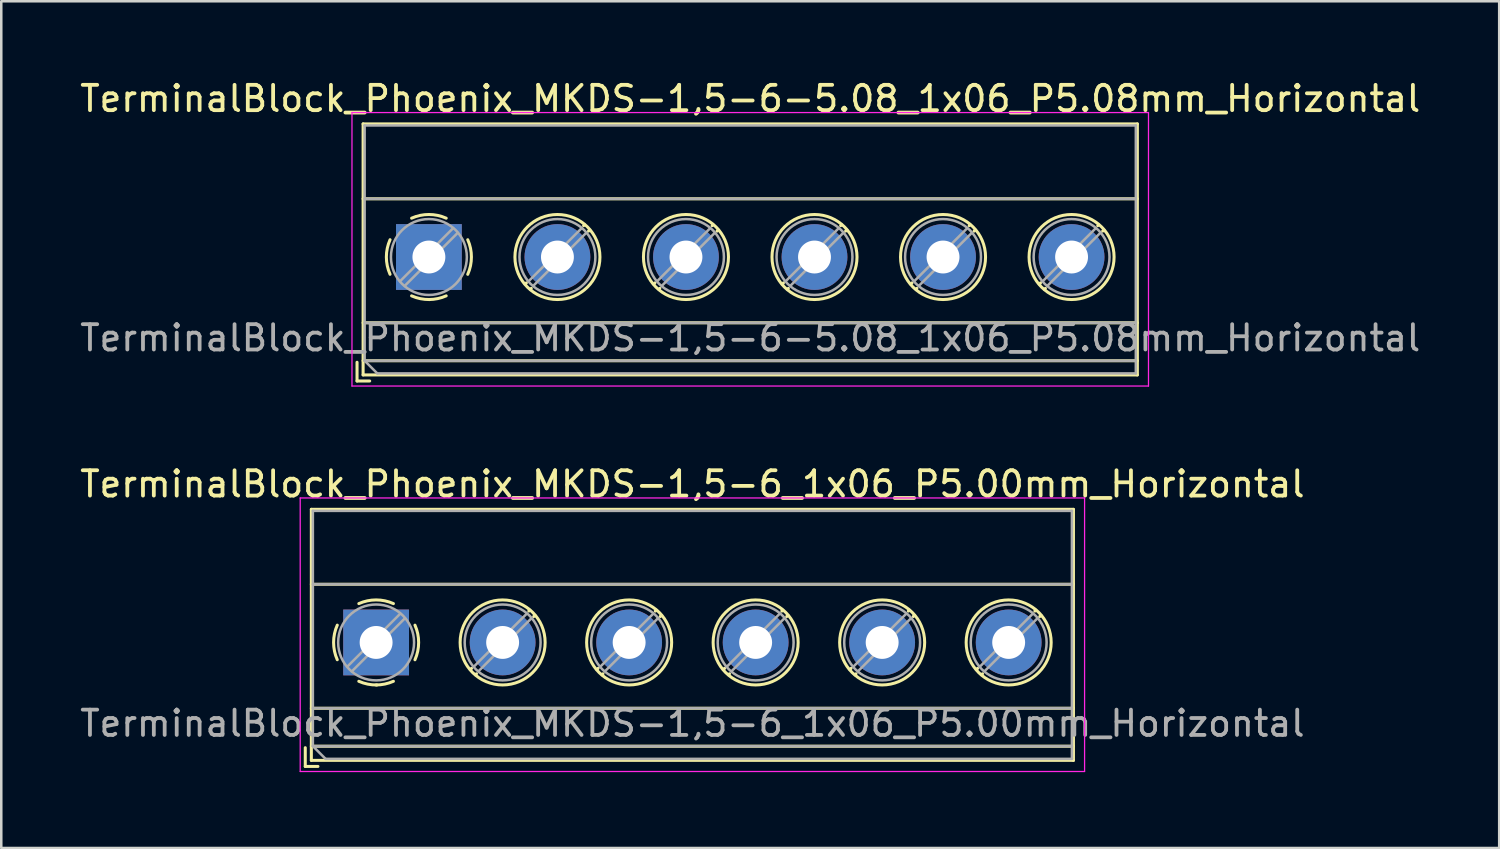
<source format=kicad_pcb>
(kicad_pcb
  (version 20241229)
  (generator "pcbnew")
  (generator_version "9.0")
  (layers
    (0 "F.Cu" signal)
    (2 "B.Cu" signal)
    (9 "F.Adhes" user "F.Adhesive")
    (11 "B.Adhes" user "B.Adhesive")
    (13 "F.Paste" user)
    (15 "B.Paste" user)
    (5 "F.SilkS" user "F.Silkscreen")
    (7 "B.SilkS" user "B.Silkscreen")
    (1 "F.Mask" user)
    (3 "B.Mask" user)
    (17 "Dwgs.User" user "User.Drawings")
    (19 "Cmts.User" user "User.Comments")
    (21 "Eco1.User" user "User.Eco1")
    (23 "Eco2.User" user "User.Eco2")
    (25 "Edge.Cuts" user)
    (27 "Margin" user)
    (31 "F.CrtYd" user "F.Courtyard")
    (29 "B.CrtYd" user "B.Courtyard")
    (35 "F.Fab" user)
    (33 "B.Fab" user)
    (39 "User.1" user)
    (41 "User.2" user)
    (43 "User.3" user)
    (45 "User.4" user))
  (footprint "TerminalBlock_Phoenix_MKDS-1,5-6-5.08_1x06_P5.08mm_Horizontal"
    (layer "F.Cu")
    (at 13.901 7.108)
    (property "Reference" "TerminalBlock_Phoenix_MKDS-1,5-6-5.08_1x06_P5.08mm_Horizontal" (at 12.7 -6.26 0) (layer "F.SilkS") (effects (font (size 1 1) (thickness 0.15))))
    (attr through_hole)
    (fp_line (start -2.84 4.16) (end -2.84 4.9) (stroke (width 0.12) (type solid)) (layer "F.SilkS"))
    (fp_line (start -2.84 4.9) (end -2.34 4.9) (stroke (width 0.12) (type solid)) (layer "F.SilkS"))
    (fp_line (start -2.6 -5.261) (end -2.6 4.66) (stroke (width 0.12) (type solid)) (layer "F.SilkS"))
    (fp_line (start -2.6 -5.261) (end 28 -5.261) (stroke (width 0.12) (type solid)) (layer "F.SilkS"))
    (fp_line (start -2.6 -2.301) (end 28 -2.301) (stroke (width 0.12) (type solid)) (layer "F.SilkS"))
    (fp_line (start -2.6 2.6) (end 28 2.6) (stroke (width 0.12) (type solid)) (layer "F.SilkS"))
    (fp_line (start -2.6 4.1) (end 28 4.1) (stroke (width 0.12) (type solid)) (layer "F.SilkS"))
    (fp_line (start -2.6 4.66) (end 28 4.66) (stroke (width 0.12) (type solid)) (layer "F.SilkS"))
    (fp_line (start 3.853 1.023) (end 3.806 1.069) (stroke (width 0.12) (type solid)) (layer "F.SilkS"))
    (fp_line (start 4.046 1.239) (end 4.011 1.274) (stroke (width 0.12) (type solid)) (layer "F.SilkS"))
    (fp_line (start 6.15 -1.275) (end 6.115 -1.239) (stroke (width 0.12) (type solid)) (layer "F.SilkS"))
    (fp_line (start 6.355 -1.069) (end 6.308 -1.023) (stroke (width 0.12) (type solid)) (layer "F.SilkS"))
    (fp_line (start 8.933 1.023) (end 8.886 1.069) (stroke (width 0.12) (type solid)) (layer "F.SilkS"))
    (fp_line (start 9.126 1.239) (end 9.091 1.274) (stroke (width 0.12) (type solid)) (layer "F.SilkS"))
    (fp_line (start 11.23 -1.275) (end 11.195 -1.239) (stroke (width 0.12) (type solid)) (layer "F.SilkS"))
    (fp_line (start 11.435 -1.069) (end 11.388 -1.023) (stroke (width 0.12) (type solid)) (layer "F.SilkS"))
    (fp_line (start 14.013 1.023) (end 13.966 1.069) (stroke (width 0.12) (type solid)) (layer "F.SilkS"))
    (fp_line (start 14.206 1.239) (end 14.171 1.274) (stroke (width 0.12) (type solid)) (layer "F.SilkS"))
    (fp_line (start 16.31 -1.275) (end 16.275 -1.239) (stroke (width 0.12) (type solid)) (layer "F.SilkS"))
    (fp_line (start 16.515 -1.069) (end 16.468 -1.023) (stroke (width 0.12) (type solid)) (layer "F.SilkS"))
    (fp_line (start 19.093 1.023) (end 19.046 1.069) (stroke (width 0.12) (type solid)) (layer "F.SilkS"))
    (fp_line (start 19.286 1.239) (end 19.251 1.274) (stroke (width 0.12) (type solid)) (layer "F.SilkS"))
    (fp_line (start 21.39 -1.275) (end 21.355 -1.239) (stroke (width 0.12) (type solid)) (layer "F.SilkS"))
    (fp_line (start 21.595 -1.069) (end 21.548 -1.023) (stroke (width 0.12) (type solid)) (layer "F.SilkS"))
    (fp_line (start 24.173 1.023) (end 24.126 1.069) (stroke (width 0.12) (type solid)) (layer "F.SilkS"))
    (fp_line (start 24.366 1.239) (end 24.331 1.274) (stroke (width 0.12) (type solid)) (layer "F.SilkS"))
    (fp_line (start 26.47 -1.275) (end 26.435 -1.239) (stroke (width 0.12) (type solid)) (layer "F.SilkS"))
    (fp_line (start 26.675 -1.069) (end 26.628 -1.023) (stroke (width 0.12) (type solid)) (layer "F.SilkS"))
    (fp_line (start 28 -5.261) (end 28 4.66) (stroke (width 0.12) (type solid)) (layer "F.SilkS"))
    (fp_arc (start -1.535427 0.683042) (mid -1.680501 -0.000524) (end -1.535 -0.684) (stroke (width 0.12) (type solid)) (layer "F.SilkS"))
    (fp_arc (start -0.683042 -1.535427) (mid 0.000524 -1.680501) (end 0.684 -1.535) (stroke (width 0.12) (type solid)) (layer "F.SilkS"))
    (fp_arc (start 0.028805 1.680253) (mid -0.335551 1.646659) (end -0.684 1.535) (stroke (width 0.12) (type solid)) (layer "F.SilkS"))
    (fp_arc (start 0.683318 1.534756) (mid 0.349292 1.643288) (end 0 1.68) (stroke (width 0.12) (type solid)) (layer "F.SilkS"))
    (fp_arc (start 1.535427 -0.683042) (mid 1.680501 0.000524) (end 1.535 0.684) (stroke (width 0.12) (type solid)) (layer "F.SilkS"))
    (fp_circle (center 5.08 0) (end 6.76 0) (stroke (width 0.12) (type solid)) (fill no) (layer "F.SilkS"))
    (fp_circle (center 10.16 0) (end 11.84 0) (stroke (width 0.12) (type solid)) (fill no) (layer "F.SilkS"))
    (fp_circle (center 15.24 0) (end 16.92 0) (stroke (width 0.12) (type solid)) (fill no) (layer "F.SilkS"))
    (fp_circle (center 20.32 0) (end 22 0) (stroke (width 0.12) (type solid)) (fill no) (layer "F.SilkS"))
    (fp_circle (center 25.4 0) (end 27.08 0) (stroke (width 0.12) (type solid)) (fill no) (layer "F.SilkS"))
    (fp_line (start -3.04 -5.71) (end -3.04 5.1) (stroke (width 0.05) (type solid)) (layer "F.CrtYd"))
    (fp_line (start -3.04 5.1) (end 28.44 5.1) (stroke (width 0.05) (type solid)) (layer "F.CrtYd"))
    (fp_line (start 28.44 -5.71) (end -3.04 -5.71) (stroke (width 0.05) (type solid)) (layer "F.CrtYd"))
    (fp_line (start 28.44 5.1) (end 28.44 -5.71) (stroke (width 0.05) (type solid)) (layer "F.CrtYd"))
    (fp_line (start -2.54 -5.2) (end 27.94 -5.2) (stroke (width 0.1) (type solid)) (layer "F.Fab"))
    (fp_line (start -2.54 -2.3) (end 27.94 -2.3) (stroke (width 0.1) (type solid)) (layer "F.Fab"))
    (fp_line (start -2.54 2.6) (end 27.94 2.6) (stroke (width 0.1) (type solid)) (layer "F.Fab"))
    (fp_line (start -2.54 4.1) (end -2.54 -5.2) (stroke (width 0.1) (type solid)) (layer "F.Fab"))
    (fp_line (start -2.54 4.1) (end 27.94 4.1) (stroke (width 0.1) (type solid)) (layer "F.Fab"))
    (fp_line (start -2.04 4.6) (end -2.54 4.1) (stroke (width 0.1) (type solid)) (layer "F.Fab"))
    (fp_line (start 0.955 -1.138) (end -1.138 0.955) (stroke (width 0.1) (type solid)) (layer "F.Fab"))
    (fp_line (start 1.138 -0.955) (end -0.955 1.138) (stroke (width 0.1) (type solid)) (layer "F.Fab"))
    (fp_line (start 6.035 -1.138) (end 3.943 0.955) (stroke (width 0.1) (type solid)) (layer "F.Fab"))
    (fp_line (start 6.218 -0.955) (end 4.126 1.138) (stroke (width 0.1) (type solid)) (layer "F.Fab"))
    (fp_line (start 11.115 -1.138) (end 9.023 0.955) (stroke (width 0.1) (type solid)) (layer "F.Fab"))
    (fp_line (start 11.298 -0.955) (end 9.206 1.138) (stroke (width 0.1) (type solid)) (layer "F.Fab"))
    (fp_line (start 16.195 -1.138) (end 14.103 0.955) (stroke (width 0.1) (type solid)) (layer "F.Fab"))
    (fp_line (start 16.378 -0.955) (end 14.286 1.138) (stroke (width 0.1) (type solid)) (layer "F.Fab"))
    (fp_line (start 21.275 -1.138) (end 19.183 0.955) (stroke (width 0.1) (type solid)) (layer "F.Fab"))
    (fp_line (start 21.458 -0.955) (end 19.366 1.138) (stroke (width 0.1) (type solid)) (layer "F.Fab"))
    (fp_line (start 26.355 -1.138) (end 24.263 0.955) (stroke (width 0.1) (type solid)) (layer "F.Fab"))
    (fp_line (start 26.538 -0.955) (end 24.446 1.138) (stroke (width 0.1) (type solid)) (layer "F.Fab"))
    (fp_line (start 27.94 -5.2) (end 27.94 4.6) (stroke (width 0.1) (type solid)) (layer "F.Fab"))
    (fp_line (start 27.94 4.6) (end -2.04 4.6) (stroke (width 0.1) (type solid)) (layer "F.Fab"))
    (fp_circle (center 0 0) (end 1.5 0) (stroke (width 0.1) (type solid)) (fill no) (layer "F.Fab"))
    (fp_circle (center 5.08 0) (end 6.58 0) (stroke (width 0.1) (type solid)) (fill no) (layer "F.Fab"))
    (fp_circle (center 10.16 0) (end 11.66 0) (stroke (width 0.1) (type solid)) (fill no) (layer "F.Fab"))
    (fp_circle (center 15.24 0) (end 16.74 0) (stroke (width 0.1) (type solid)) (fill no) (layer "F.Fab"))
    (fp_circle (center 20.32 0) (end 21.82 0) (stroke (width 0.1) (type solid)) (fill no) (layer "F.Fab"))
    (fp_circle (center 25.4 0) (end 26.9 0) (stroke (width 0.1) (type solid)) (fill no) (layer "F.Fab"))
    (fp_text user "${REFERENCE}" (at 12.7 3.2 0) (layer "F.Fab") (effects (font (size 1 1) (thickness 0.15))))
    (pad "1" thru_hole rect (at 0 0) (size 2.6 2.6) (drill 1.3) (layers "*.Cu" "*.Mask"))
    (pad "2" thru_hole circle (at 5.08 0) (size 2.6 2.6) (drill 1.3) (layers "*.Cu" "*.Mask"))
    (pad "3" thru_hole circle (at 10.16 0) (size 2.6 2.6) (drill 1.3) (layers "*.Cu" "*.Mask"))
    (pad "4" thru_hole circle (at 15.24 0) (size 2.6 2.6) (drill 1.3) (layers "*.Cu" "*.Mask"))
    (pad "5" thru_hole circle (at 20.32 0) (size 2.6 2.6) (drill 1.3) (layers "*.Cu" "*.Mask"))
    (pad "6" thru_hole circle (at 25.4 0) (size 2.6 2.6) (drill 1.3) (layers "*.Cu" "*.Mask")))
  (footprint "TerminalBlock_Phoenix_MKDS-1,5-6_1x06_P5.00mm_Horizontal"
    (layer "F.Cu")
    (at 11.815 22.341)
    (property "Reference" "TerminalBlock_Phoenix_MKDS-1,5-6_1x06_P5.00mm_Horizontal" (at 12.5 -6.26 0) (layer "F.SilkS") (effects (font (size 1 1) (thickness 0.15))))
    (attr through_hole)
    (fp_line (start -2.8 4.16) (end -2.8 4.9) (stroke (width 0.12) (type solid)) (layer "F.SilkS"))
    (fp_line (start -2.8 4.9) (end -2.3 4.9) (stroke (width 0.12) (type solid)) (layer "F.SilkS"))
    (fp_line (start -2.56 -5.261) (end -2.56 4.66) (stroke (width 0.12) (type solid)) (layer "F.SilkS"))
    (fp_line (start -2.56 -5.261) (end 27.56 -5.261) (stroke (width 0.12) (type solid)) (layer "F.SilkS"))
    (fp_line (start -2.56 -2.301) (end 27.56 -2.301) (stroke (width 0.12) (type solid)) (layer "F.SilkS"))
    (fp_line (start -2.56 2.6) (end 27.56 2.6) (stroke (width 0.12) (type solid)) (layer "F.SilkS"))
    (fp_line (start -2.56 4.1) (end 27.56 4.1) (stroke (width 0.12) (type solid)) (layer "F.SilkS"))
    (fp_line (start -2.56 4.66) (end 27.56 4.66) (stroke (width 0.12) (type solid)) (layer "F.SilkS"))
    (fp_line (start 3.773 1.023) (end 3.726 1.069) (stroke (width 0.12) (type solid)) (layer "F.SilkS"))
    (fp_line (start 3.966 1.239) (end 3.931 1.274) (stroke (width 0.12) (type solid)) (layer "F.SilkS"))
    (fp_line (start 6.07 -1.275) (end 6.035 -1.239) (stroke (width 0.12) (type solid)) (layer "F.SilkS"))
    (fp_line (start 6.275 -1.069) (end 6.228 -1.023) (stroke (width 0.12) (type solid)) (layer "F.SilkS"))
    (fp_line (start 8.773 1.023) (end 8.726 1.069) (stroke (width 0.12) (type solid)) (layer "F.SilkS"))
    (fp_line (start 8.966 1.239) (end 8.931 1.274) (stroke (width 0.12) (type solid)) (layer "F.SilkS"))
    (fp_line (start 11.07 -1.275) (end 11.035 -1.239) (stroke (width 0.12) (type solid)) (layer "F.SilkS"))
    (fp_line (start 11.275 -1.069) (end 11.228 -1.023) (stroke (width 0.12) (type solid)) (layer "F.SilkS"))
    (fp_line (start 13.773 1.023) (end 13.726 1.069) (stroke (width 0.12) (type solid)) (layer "F.SilkS"))
    (fp_line (start 13.966 1.239) (end 13.931 1.274) (stroke (width 0.12) (type solid)) (layer "F.SilkS"))
    (fp_line (start 16.07 -1.275) (end 16.035 -1.239) (stroke (width 0.12) (type solid)) (layer "F.SilkS"))
    (fp_line (start 16.275 -1.069) (end 16.228 -1.023) (stroke (width 0.12) (type solid)) (layer "F.SilkS"))
    (fp_line (start 18.773 1.023) (end 18.726 1.069) (stroke (width 0.12) (type solid)) (layer "F.SilkS"))
    (fp_line (start 18.966 1.239) (end 18.931 1.274) (stroke (width 0.12) (type solid)) (layer "F.SilkS"))
    (fp_line (start 21.07 -1.275) (end 21.035 -1.239) (stroke (width 0.12) (type solid)) (layer "F.SilkS"))
    (fp_line (start 21.275 -1.069) (end 21.228 -1.023) (stroke (width 0.12) (type solid)) (layer "F.SilkS"))
    (fp_line (start 23.773 1.023) (end 23.726 1.069) (stroke (width 0.12) (type solid)) (layer "F.SilkS"))
    (fp_line (start 23.966 1.239) (end 23.931 1.274) (stroke (width 0.12) (type solid)) (layer "F.SilkS"))
    (fp_line (start 26.07 -1.275) (end 26.035 -1.239) (stroke (width 0.12) (type solid)) (layer "F.SilkS"))
    (fp_line (start 26.275 -1.069) (end 26.228 -1.023) (stroke (width 0.12) (type solid)) (layer "F.SilkS"))
    (fp_line (start 27.56 -5.261) (end 27.56 4.66) (stroke (width 0.12) (type solid)) (layer "F.SilkS"))
    (fp_arc (start -1.535427 0.683042) (mid -1.680501 -0.000524) (end -1.535 -0.684) (stroke (width 0.12) (type solid)) (layer "F.SilkS"))
    (fp_arc (start -0.683042 -1.535427) (mid 0.000524 -1.680501) (end 0.684 -1.535) (stroke (width 0.12) (type solid)) (layer "F.SilkS"))
    (fp_arc (start 0.028805 1.680253) (mid -0.335551 1.646659) (end -0.684 1.535) (stroke (width 0.12) (type solid)) (layer "F.SilkS"))
    (fp_arc (start 0.683318 1.534756) (mid 0.349292 1.643288) (end 0 1.68) (stroke (width 0.12) (type solid)) (layer "F.SilkS"))
    (fp_arc (start 1.535427 -0.683042) (mid 1.680501 0.000524) (end 1.535 0.684) (stroke (width 0.12) (type solid)) (layer "F.SilkS"))
    (fp_circle (center 5 0) (end 6.68 0) (stroke (width 0.12) (type solid)) (fill no) (layer "F.SilkS"))
    (fp_circle (center 10 0) (end 11.68 0) (stroke (width 0.12) (type solid)) (fill no) (layer "F.SilkS"))
    (fp_circle (center 15 0) (end 16.68 0) (stroke (width 0.12) (type solid)) (fill no) (layer "F.SilkS"))
    (fp_circle (center 20 0) (end 21.68 0) (stroke (width 0.12) (type solid)) (fill no) (layer "F.SilkS"))
    (fp_circle (center 25 0) (end 26.68 0) (stroke (width 0.12) (type solid)) (fill no) (layer "F.SilkS"))
    (fp_line (start -3 -5.71) (end -3 5.1) (stroke (width 0.05) (type solid)) (layer "F.CrtYd"))
    (fp_line (start -3 5.1) (end 28 5.1) (stroke (width 0.05) (type solid)) (layer "F.CrtYd"))
    (fp_line (start 28 -5.71) (end -3 -5.71) (stroke (width 0.05) (type solid)) (layer "F.CrtYd"))
    (fp_line (start 28 5.1) (end 28 -5.71) (stroke (width 0.05) (type solid)) (layer "F.CrtYd"))
    (fp_line (start -2.5 -5.2) (end 27.5 -5.2) (stroke (width 0.1) (type solid)) (layer "F.Fab"))
    (fp_line (start -2.5 -2.3) (end 27.5 -2.3) (stroke (width 0.1) (type solid)) (layer "F.Fab"))
    (fp_line (start -2.5 2.6) (end 27.5 2.6) (stroke (width 0.1) (type solid)) (layer "F.Fab"))
    (fp_line (start -2.5 4.1) (end -2.5 -5.2) (stroke (width 0.1) (type solid)) (layer "F.Fab"))
    (fp_line (start -2.5 4.1) (end 27.5 4.1) (stroke (width 0.1) (type solid)) (layer "F.Fab"))
    (fp_line (start -2 4.6) (end -2.5 4.1) (stroke (width 0.1) (type solid)) (layer "F.Fab"))
    (fp_line (start 0.955 -1.138) (end -1.138 0.955) (stroke (width 0.1) (type solid)) (layer "F.Fab"))
    (fp_line (start 1.138 -0.955) (end -0.955 1.138) (stroke (width 0.1) (type solid)) (layer "F.Fab"))
    (fp_line (start 5.955 -1.138) (end 3.863 0.955) (stroke (width 0.1) (type solid)) (layer "F.Fab"))
    (fp_line (start 6.138 -0.955) (end 4.046 1.138) (stroke (width 0.1) (type solid)) (layer "F.Fab"))
    (fp_line (start 10.955 -1.138) (end 8.863 0.955) (stroke (width 0.1) (type solid)) (layer "F.Fab"))
    (fp_line (start 11.138 -0.955) (end 9.046 1.138) (stroke (width 0.1) (type solid)) (layer "F.Fab"))
    (fp_line (start 15.955 -1.138) (end 13.863 0.955) (stroke (width 0.1) (type solid)) (layer "F.Fab"))
    (fp_line (start 16.138 -0.955) (end 14.046 1.138) (stroke (width 0.1) (type solid)) (layer "F.Fab"))
    (fp_line (start 20.955 -1.138) (end 18.863 0.955) (stroke (width 0.1) (type solid)) (layer "F.Fab"))
    (fp_line (start 21.138 -0.955) (end 19.046 1.138) (stroke (width 0.1) (type solid)) (layer "F.Fab"))
    (fp_line (start 25.955 -1.138) (end 23.863 0.955) (stroke (width 0.1) (type solid)) (layer "F.Fab"))
    (fp_line (start 26.138 -0.955) (end 24.046 1.138) (stroke (width 0.1) (type solid)) (layer "F.Fab"))
    (fp_line (start 27.5 -5.2) (end 27.5 4.6) (stroke (width 0.1) (type solid)) (layer "F.Fab"))
    (fp_line (start 27.5 4.6) (end -2 4.6) (stroke (width 0.1) (type solid)) (layer "F.Fab"))
    (fp_circle (center 0 0) (end 1.5 0) (stroke (width 0.1) (type solid)) (fill no) (layer "F.Fab"))
    (fp_circle (center 5 0) (end 6.5 0) (stroke (width 0.1) (type solid)) (fill no) (layer "F.Fab"))
    (fp_circle (center 10 0) (end 11.5 0) (stroke (width 0.1) (type solid)) (fill no) (layer "F.Fab"))
    (fp_circle (center 15 0) (end 16.5 0) (stroke (width 0.1) (type solid)) (fill no) (layer "F.Fab"))
    (fp_circle (center 20 0) (end 21.5 0) (stroke (width 0.1) (type solid)) (fill no) (layer "F.Fab"))
    (fp_circle (center 25 0) (end 26.5 0) (stroke (width 0.1) (type solid)) (fill no) (layer "F.Fab"))
    (fp_text user "${REFERENCE}" (at 12.5 3.2 0) (layer "F.Fab") (effects (font (size 1 1) (thickness 0.15))))
    (pad "1" thru_hole rect (at 0 0) (size 2.6 2.6) (drill 1.3) (layers "*.Cu" "*.Mask"))
    (pad "2" thru_hole circle (at 5 0) (size 2.6 2.6) (drill 1.3) (layers "*.Cu" "*.Mask"))
    (pad "3" thru_hole circle (at 10 0) (size 2.6 2.6) (drill 1.3) (layers "*.Cu" "*.Mask"))
    (pad "4" thru_hole circle (at 15 0) (size 2.6 2.6) (drill 1.3) (layers "*.Cu" "*.Mask"))
    (pad "5" thru_hole circle (at 20 0) (size 2.6 2.6) (drill 1.3) (layers "*.Cu" "*.Mask"))
    (pad "6" thru_hole circle (at 25 0) (size 2.6 2.6) (drill 1.3) (layers "*.Cu" "*.Mask")))
  (gr_rect
    (start -3 -3)
    (end 56.202 30.466)
    (stroke (width 0.1) (type default))
    (fill no)
    (layer "Edge.Cuts")))
</source>
